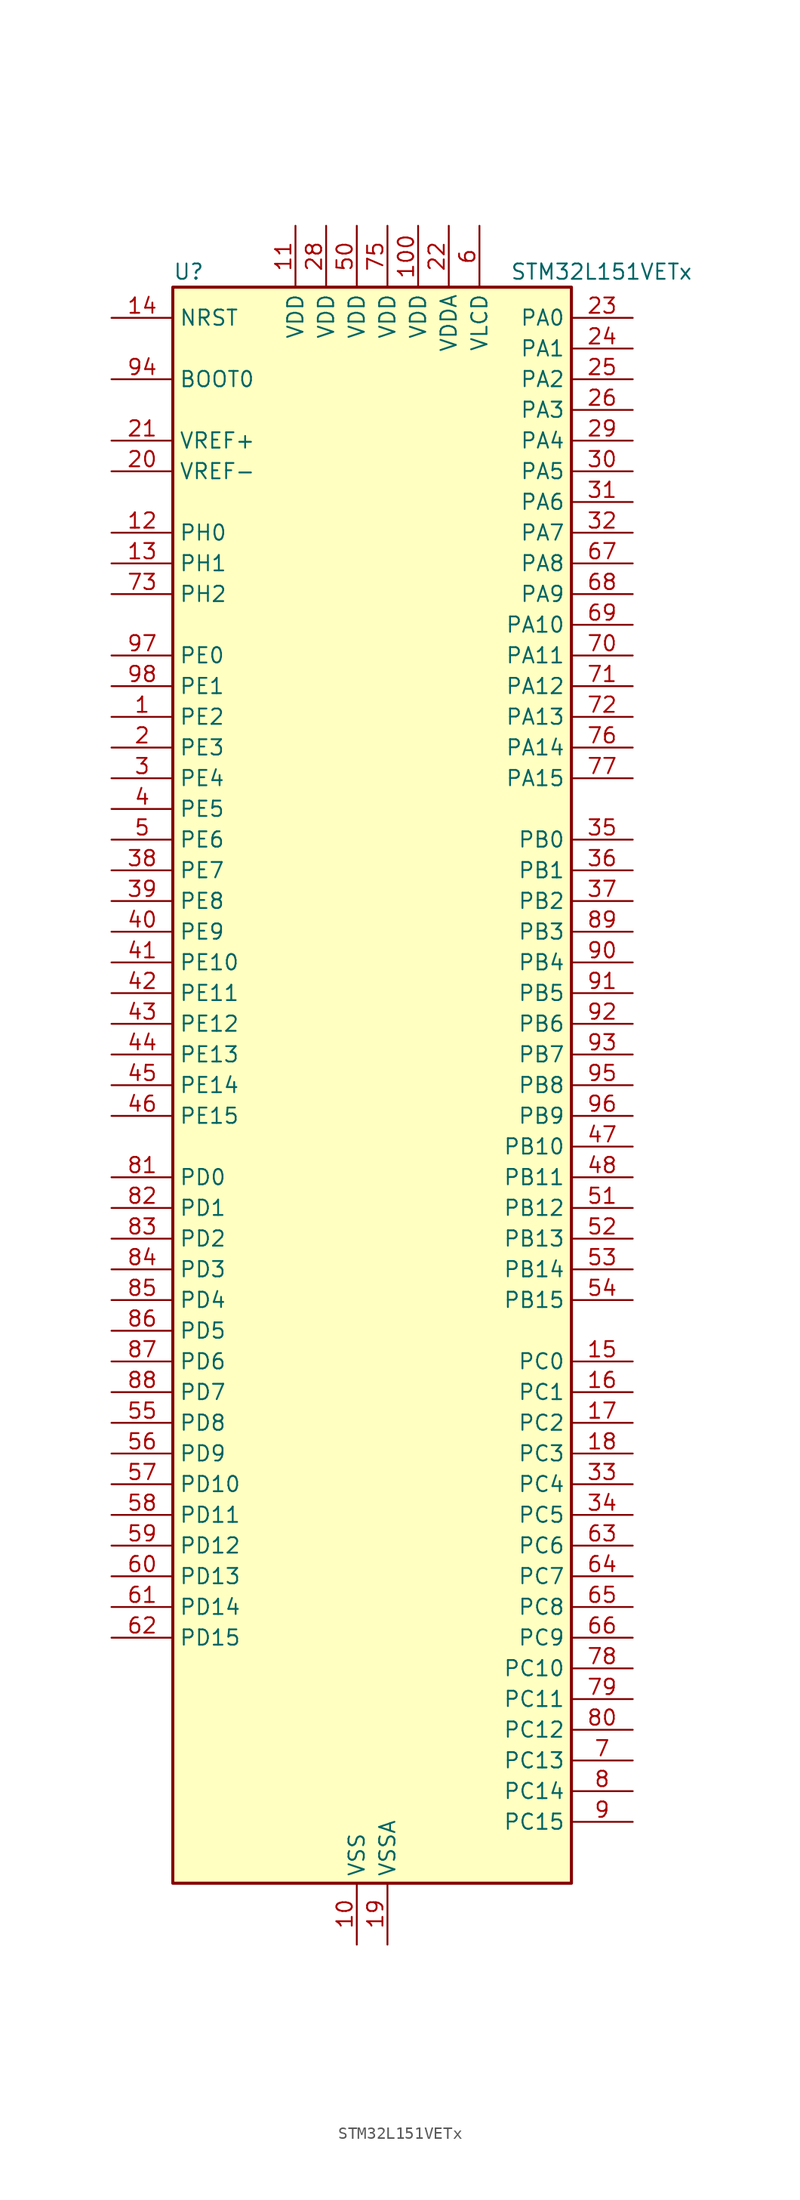
<source format=kicad_sym>
(kicad_symbol_lib
  (version 20220914)
  (generator kicad_symbol_editor)
  (symbol "STM32L151VETx"
    (property "Reference" "U"
      (at -15.24 67.31 0)
      (effects (font (size 1.27 1.27)) (justify left)))
    (property "Value" "STM32L151VETx"
      (at 12.7 67.31 0)
      (effects (font (size 1.27 1.27)) (justify left)))
    (property "ki_locked" ""
      (at 0 0 0)
      (effects (font (size 1.27 1.27))))
    (symbol "STM32L151VETx_0_1"
      (rectangle (start -15.24 -66.04) (end 17.78 66.04) (stroke (width 0.254) (type default)) (fill (type background))))
    (symbol "STM32L151VETx_1_1"
      (pin bidirectional line (at -20.32 30.48 0) (length 5.08) (name "PE2" (effects (font (size 1.27 1.27)))) (number "1" (effects (font (size 1.27 1.27)))) (alternate "SYS_TRACECK" bidirectional line) (alternate "TIM3_ETR" bidirectional line) (alternate "TIMX_IC3" bidirectional line))
      (pin power_in line (at 0 -71.12 90) (length 5.08) (name "VSS" (effects (font (size 1.27 1.27)))) (number "10" (effects (font (size 1.27 1.27)))))
      (pin power_in line (at 5.08 71.12 270) (length 5.08) (name "VDD" (effects (font (size 1.27 1.27)))) (number "100" (effects (font (size 1.27 1.27)))))
      (pin power_in line (at -5.08 71.12 270) (length 5.08) (name "VDD" (effects (font (size 1.27 1.27)))) (number "11" (effects (font (size 1.27 1.27)))))
      (pin bidirectional line (at -20.32 45.72 0) (length 5.08) (name "PH0" (effects (font (size 1.27 1.27)))) (number "12" (effects (font (size 1.27 1.27)))) (alternate "RCC_OSC_IN" bidirectional line))
      (pin bidirectional line (at -20.32 43.18 0) (length 5.08) (name "PH1" (effects (font (size 1.27 1.27)))) (number "13" (effects (font (size 1.27 1.27)))) (alternate "RCC_OSC_OUT" bidirectional line))
      (pin input line (at -20.32 63.5 0) (length 5.08) (name "NRST" (effects (font (size 1.27 1.27)))) (number "14" (effects (font (size 1.27 1.27)))))
      (pin bidirectional line (at 22.86 -22.86 180) (length 5.08) (name "PC0" (effects (font (size 1.27 1.27)))) (number "15" (effects (font (size 1.27 1.27)))) (alternate "ADC_IN10" bidirectional line) (alternate "COMP1_INP" bidirectional line) (alternate "TIMX_IC1" bidirectional line) (alternate "TS_G8_IO1" bidirectional line))
      (pin bidirectional line (at 22.86 -25.4 180) (length 5.08) (name "PC1" (effects (font (size 1.27 1.27)))) (number "16" (effects (font (size 1.27 1.27)))) (alternate "ADC_IN11" bidirectional line) (alternate "COMP1_INP" bidirectional line) (alternate "TIMX_IC2" bidirectional line) (alternate "TS_G8_IO2" bidirectional line))
      (pin bidirectional line (at 22.86 -27.94 180) (length 5.08) (name "PC2" (effects (font (size 1.27 1.27)))) (number "17" (effects (font (size 1.27 1.27)))) (alternate "ADC_IN12" bidirectional line) (alternate "COMP1_INP" bidirectional line) (alternate "TIMX_IC3" bidirectional line) (alternate "TS_G8_IO3" bidirectional line))
      (pin bidirectional line (at 22.86 -30.48 180) (length 5.08) (name "PC3" (effects (font (size 1.27 1.27)))) (number "18" (effects (font (size 1.27 1.27)))) (alternate "ADC_IN13" bidirectional line) (alternate "COMP1_INP" bidirectional line) (alternate "TIMX_IC4" bidirectional line) (alternate "TS_G8_IO4" bidirectional line))
      (pin power_in line (at 2.54 -71.12 90) (length 5.08) (name "VSSA" (effects (font (size 1.27 1.27)))) (number "19" (effects (font (size 1.27 1.27)))))
      (pin bidirectional line (at -20.32 27.94 0) (length 5.08) (name "PE3" (effects (font (size 1.27 1.27)))) (number "2" (effects (font (size 1.27 1.27)))) (alternate "SYS_TRACED0" bidirectional line) (alternate "TIM3_CH1" bidirectional line) (alternate "TIMX_IC4" bidirectional line))
      (pin input line (at -20.32 50.8 0) (length 5.08) (name "VREF-" (effects (font (size 1.27 1.27)))) (number "20" (effects (font (size 1.27 1.27)))))
      (pin input line (at -20.32 53.34 0) (length 5.08) (name "VREF+" (effects (font (size 1.27 1.27)))) (number "21" (effects (font (size 1.27 1.27)))))
      (pin power_in line (at 7.62 71.12 270) (length 5.08) (name "VDDA" (effects (font (size 1.27 1.27)))) (number "22" (effects (font (size 1.27 1.27)))))
      (pin bidirectional line (at 22.86 63.5 180) (length 5.08) (name "PA0" (effects (font (size 1.27 1.27)))) (number "23" (effects (font (size 1.27 1.27)))) (alternate "ADC_IN0" bidirectional line) (alternate "COMP1_INP" bidirectional line) (alternate "RTC_TAMP2" bidirectional line) (alternate "SYS_WKUP1" bidirectional line) (alternate "TIM2_CH1" bidirectional line) (alternate "TIM2_ETR" bidirectional line) (alternate "TIM5_CH1" bidirectional line) (alternate "TIMX_IC1" bidirectional line) (alternate "TS_G1_IO1" bidirectional line) (alternate "USART2_CTS" bidirectional line))
      (pin bidirectional line (at 22.86 60.96 180) (length 5.08) (name "PA1" (effects (font (size 1.27 1.27)))) (number "24" (effects (font (size 1.27 1.27)))) (alternate "ADC_IN1" bidirectional line) (alternate "COMP1_INP" bidirectional line) (alternate "OPAMP1_VINP" bidirectional line) (alternate "TIM2_CH2" bidirectional line) (alternate "TIM5_CH2" bidirectional line) (alternate "TIMX_IC2" bidirectional line) (alternate "TS_G1_IO2" bidirectional line) (alternate "USART2_RTS" bidirectional line))
      (pin bidirectional line (at 22.86 58.42 180) (length 5.08) (name "PA2" (effects (font (size 1.27 1.27)))) (number "25" (effects (font (size 1.27 1.27)))) (alternate "ADC_IN2" bidirectional line) (alternate "COMP1_INP" bidirectional line) (alternate "OPAMP1_VINM" bidirectional line) (alternate "TIM2_CH3" bidirectional line) (alternate "TIM5_CH3" bidirectional line) (alternate "TIM9_CH1" bidirectional line) (alternate "TIMX_IC3" bidirectional line) (alternate "TS_G1_IO3" bidirectional line) (alternate "USART2_TX" bidirectional line))
      (pin bidirectional line (at 22.86 55.88 180) (length 5.08) (name "PA3" (effects (font (size 1.27 1.27)))) (number "26" (effects (font (size 1.27 1.27)))) (alternate "ADC_IN3" bidirectional line) (alternate "COMP1_INP" bidirectional line) (alternate "OPAMP1_VOUT" bidirectional line) (alternate "TIM2_CH4" bidirectional line) (alternate "TIM5_CH4" bidirectional line) (alternate "TIM9_CH2" bidirectional line) (alternate "TIMX_IC4" bidirectional line) (alternate "TS_G1_IO4" bidirectional line) (alternate "USART2_RX" bidirectional line))
      (pin passive line (at 0 -71.12 90) (length 5.08) hide (name "VSS" (effects (font (size 1.27 1.27)))) (number "27" (effects (font (size 1.27 1.27)))))
      (pin power_in line (at -2.54 71.12 270) (length 5.08) (name "VDD" (effects (font (size 1.27 1.27)))) (number "28" (effects (font (size 1.27 1.27)))))
      (pin bidirectional line (at 22.86 53.34 180) (length 5.08) (name "PA4" (effects (font (size 1.27 1.27)))) (number "29" (effects (font (size 1.27 1.27)))) (alternate "ADC_IN4" bidirectional line) (alternate "COMP1_INP" bidirectional line) (alternate "DAC_OUT1" bidirectional line) (alternate "I2S3_WS" bidirectional line) (alternate "SPI1_NSS" bidirectional line) (alternate "SPI3_NSS" bidirectional line) (alternate "TIMX_IC1" bidirectional line) (alternate "USART2_CK" bidirectional line))
      (pin bidirectional line (at -20.32 25.4 0) (length 5.08) (name "PE4" (effects (font (size 1.27 1.27)))) (number "3" (effects (font (size 1.27 1.27)))) (alternate "SYS_TRACED1" bidirectional line) (alternate "TIM3_CH2" bidirectional line) (alternate "TIMX_IC1" bidirectional line))
      (pin bidirectional line (at 22.86 50.8 180) (length 5.08) (name "PA5" (effects (font (size 1.27 1.27)))) (number "30" (effects (font (size 1.27 1.27)))) (alternate "ADC_IN5" bidirectional line) (alternate "COMP1_INP" bidirectional line) (alternate "DAC_OUT2" bidirectional line) (alternate "SPI1_SCK" bidirectional line) (alternate "TIM2_CH1" bidirectional line) (alternate "TIM2_ETR" bidirectional line) (alternate "TIMX_IC2" bidirectional line))
      (pin bidirectional line (at 22.86 48.26 180) (length 5.08) (name "PA6" (effects (font (size 1.27 1.27)))) (number "31" (effects (font (size 1.27 1.27)))) (alternate "ADC_IN6" bidirectional line) (alternate "COMP1_INP" bidirectional line) (alternate "OPAMP2_VINP" bidirectional line) (alternate "SPI1_MISO" bidirectional line) (alternate "TIM10_CH1" bidirectional line) (alternate "TIM3_CH1" bidirectional line) (alternate "TIMX_IC3" bidirectional line) (alternate "TS_G2_IO1" bidirectional line))
      (pin bidirectional line (at 22.86 45.72 180) (length 5.08) (name "PA7" (effects (font (size 1.27 1.27)))) (number "32" (effects (font (size 1.27 1.27)))) (alternate "ADC_IN7" bidirectional line) (alternate "COMP1_INP" bidirectional line) (alternate "OPAMP2_VINM" bidirectional line) (alternate "SPI1_MOSI" bidirectional line) (alternate "TIM11_CH1" bidirectional line) (alternate "TIM3_CH2" bidirectional line) (alternate "TIMX_IC4" bidirectional line) (alternate "TS_G2_IO2" bidirectional line))
      (pin bidirectional line (at 22.86 -33.02 180) (length 5.08) (name "PC4" (effects (font (size 1.27 1.27)))) (number "33" (effects (font (size 1.27 1.27)))) (alternate "ADC_IN14" bidirectional line) (alternate "COMP1_INP" bidirectional line) (alternate "TIMX_IC1" bidirectional line) (alternate "TS_G9_IO1" bidirectional line))
      (pin bidirectional line (at 22.86 -35.56 180) (length 5.08) (name "PC5" (effects (font (size 1.27 1.27)))) (number "34" (effects (font (size 1.27 1.27)))) (alternate "ADC_IN15" bidirectional line) (alternate "COMP1_INP" bidirectional line) (alternate "TIMX_IC2" bidirectional line) (alternate "TS_G9_IO2" bidirectional line))
      (pin bidirectional line (at 22.86 20.32 180) (length 5.08) (name "PB0" (effects (font (size 1.27 1.27)))) (number "35" (effects (font (size 1.27 1.27)))) (alternate "ADC_IN8" bidirectional line) (alternate "COMP1_INP" bidirectional line) (alternate "OPAMP2_VOUT" bidirectional line) (alternate "SYS_V_REF_OUT" bidirectional line) (alternate "TIM3_CH3" bidirectional line) (alternate "TS_G3_IO1" bidirectional line))
      (pin bidirectional line (at 22.86 17.78 180) (length 5.08) (name "PB1" (effects (font (size 1.27 1.27)))) (number "36" (effects (font (size 1.27 1.27)))) (alternate "ADC_IN9" bidirectional line) (alternate "COMP1_INP" bidirectional line) (alternate "SYS_V_REF_OUT" bidirectional line) (alternate "TIM3_CH4" bidirectional line) (alternate "TS_G3_IO2" bidirectional line))
      (pin bidirectional line (at 22.86 15.24 180) (length 5.08) (name "PB2" (effects (font (size 1.27 1.27)))) (number "37" (effects (font (size 1.27 1.27)))) (alternate "ADC_IN0b" bidirectional line) (alternate "TS_G3_IO3" bidirectional line))
      (pin bidirectional line (at -20.32 17.78 0) (length 5.08) (name "PE7" (effects (font (size 1.27 1.27)))) (number "38" (effects (font (size 1.27 1.27)))) (alternate "ADC_IN22" bidirectional line) (alternate "COMP1_INP" bidirectional line) (alternate "TIMX_IC4" bidirectional line))
      (pin bidirectional line (at -20.32 15.24 0) (length 5.08) (name "PE8" (effects (font (size 1.27 1.27)))) (number "39" (effects (font (size 1.27 1.27)))) (alternate "ADC_IN23" bidirectional line) (alternate "COMP1_INP" bidirectional line) (alternate "TIMX_IC1" bidirectional line))
      (pin bidirectional line (at -20.32 22.86 0) (length 5.08) (name "PE5" (effects (font (size 1.27 1.27)))) (number "4" (effects (font (size 1.27 1.27)))) (alternate "SYS_TRACED2" bidirectional line) (alternate "TIM9_CH1" bidirectional line) (alternate "TIMX_IC2" bidirectional line))
      (pin bidirectional line (at -20.32 12.7 0) (length 5.08) (name "PE9" (effects (font (size 1.27 1.27)))) (number "40" (effects (font (size 1.27 1.27)))) (alternate "ADC_IN24" bidirectional line) (alternate "COMP1_INP" bidirectional line) (alternate "DAC_EXTI9" bidirectional line) (alternate "TIM2_CH1" bidirectional line) (alternate "TIM2_ETR" bidirectional line) (alternate "TIMX_IC2" bidirectional line))
      (pin bidirectional line (at -20.32 10.16 0) (length 5.08) (name "PE10" (effects (font (size 1.27 1.27)))) (number "41" (effects (font (size 1.27 1.27)))) (alternate "ADC_IN25" bidirectional line) (alternate "COMP1_INP" bidirectional line) (alternate "TIM2_CH2" bidirectional line) (alternate "TIMX_IC3" bidirectional line))
      (pin bidirectional line (at -20.32 7.62 0) (length 5.08) (name "PE11" (effects (font (size 1.27 1.27)))) (number "42" (effects (font (size 1.27 1.27)))) (alternate "ADC_EXTI11" bidirectional line) (alternate "TIM2_CH3" bidirectional line) (alternate "TIMX_IC4" bidirectional line))
      (pin bidirectional line (at -20.32 5.08 0) (length 5.08) (name "PE12" (effects (font (size 1.27 1.27)))) (number "43" (effects (font (size 1.27 1.27)))) (alternate "SPI1_NSS" bidirectional line) (alternate "TIM2_CH4" bidirectional line) (alternate "TIMX_IC1" bidirectional line))
      (pin bidirectional line (at -20.32 2.54 0) (length 5.08) (name "PE13" (effects (font (size 1.27 1.27)))) (number "44" (effects (font (size 1.27 1.27)))) (alternate "SPI1_SCK" bidirectional line) (alternate "TIMX_IC2" bidirectional line))
      (pin bidirectional line (at -20.32 0 0) (length 5.08) (name "PE14" (effects (font (size 1.27 1.27)))) (number "45" (effects (font (size 1.27 1.27)))) (alternate "SPI1_MISO" bidirectional line) (alternate "TIMX_IC3" bidirectional line))
      (pin bidirectional line (at -20.32 -2.54 0) (length 5.08) (name "PE15" (effects (font (size 1.27 1.27)))) (number "46" (effects (font (size 1.27 1.27)))) (alternate "ADC_EXTI15" bidirectional line) (alternate "SPI1_MOSI" bidirectional line) (alternate "TIMX_IC4" bidirectional line))
      (pin bidirectional line (at 22.86 -5.08 180) (length 5.08) (name "PB10" (effects (font (size 1.27 1.27)))) (number "47" (effects (font (size 1.27 1.27)))) (alternate "I2C2_SCL" bidirectional line) (alternate "TIM2_CH3" bidirectional line) (alternate "USART3_TX" bidirectional line))
      (pin bidirectional line (at 22.86 -7.62 180) (length 5.08) (name "PB11" (effects (font (size 1.27 1.27)))) (number "48" (effects (font (size 1.27 1.27)))) (alternate "ADC_EXTI11" bidirectional line) (alternate "I2C2_SDA" bidirectional line) (alternate "TIM2_CH4" bidirectional line) (alternate "USART3_RX" bidirectional line))
      (pin passive line (at 0 -71.12 90) (length 5.08) hide (name "VSS" (effects (font (size 1.27 1.27)))) (number "49" (effects (font (size 1.27 1.27)))))
      (pin bidirectional line (at -20.32 20.32 0) (length 5.08) (name "PE6" (effects (font (size 1.27 1.27)))) (number "5" (effects (font (size 1.27 1.27)))) (alternate "RTC_TAMP3" bidirectional line) (alternate "SYS_TRACED3" bidirectional line) (alternate "SYS_WKUP3" bidirectional line) (alternate "TIM9_CH2" bidirectional line) (alternate "TIMX_IC3" bidirectional line))
      (pin power_in line (at 0 71.12 270) (length 5.08) (name "VDD" (effects (font (size 1.27 1.27)))) (number "50" (effects (font (size 1.27 1.27)))))
      (pin bidirectional line (at 22.86 -10.16 180) (length 5.08) (name "PB12" (effects (font (size 1.27 1.27)))) (number "51" (effects (font (size 1.27 1.27)))) (alternate "ADC_IN18" bidirectional line) (alternate "COMP1_INP" bidirectional line) (alternate "I2C2_SMBA" bidirectional line) (alternate "I2S2_WS" bidirectional line) (alternate "SPI2_NSS" bidirectional line) (alternate "TIM10_CH1" bidirectional line) (alternate "TS_G7_IO1" bidirectional line) (alternate "USART3_CK" bidirectional line))
      (pin bidirectional line (at 22.86 -12.7 180) (length 5.08) (name "PB13" (effects (font (size 1.27 1.27)))) (number "52" (effects (font (size 1.27 1.27)))) (alternate "ADC_IN19" bidirectional line) (alternate "COMP1_INP" bidirectional line) (alternate "I2S2_CK" bidirectional line) (alternate "SPI2_SCK" bidirectional line) (alternate "TIM9_CH1" bidirectional line) (alternate "TS_G7_IO2" bidirectional line) (alternate "USART3_CTS" bidirectional line))
      (pin bidirectional line (at 22.86 -15.24 180) (length 5.08) (name "PB14" (effects (font (size 1.27 1.27)))) (number "53" (effects (font (size 1.27 1.27)))) (alternate "ADC_IN20" bidirectional line) (alternate "COMP1_INP" bidirectional line) (alternate "SPI2_MISO" bidirectional line) (alternate "TIM9_CH2" bidirectional line) (alternate "TS_G7_IO3" bidirectional line) (alternate "USART3_RTS" bidirectional line))
      (pin bidirectional line (at 22.86 -17.78 180) (length 5.08) (name "PB15" (effects (font (size 1.27 1.27)))) (number "54" (effects (font (size 1.27 1.27)))) (alternate "ADC_EXTI15" bidirectional line) (alternate "ADC_IN21" bidirectional line) (alternate "COMP1_INP" bidirectional line) (alternate "I2S2_SD" bidirectional line) (alternate "RTC_REFIN" bidirectional line) (alternate "SPI2_MOSI" bidirectional line) (alternate "TIM11_CH1" bidirectional line) (alternate "TS_G7_IO4" bidirectional line))
      (pin bidirectional line (at -20.32 -27.94 0) (length 5.08) (name "PD8" (effects (font (size 1.27 1.27)))) (number "55" (effects (font (size 1.27 1.27)))) (alternate "TIMX_IC1" bidirectional line) (alternate "USART3_TX" bidirectional line))
      (pin bidirectional line (at -20.32 -30.48 0) (length 5.08) (name "PD9" (effects (font (size 1.27 1.27)))) (number "56" (effects (font (size 1.27 1.27)))) (alternate "DAC_EXTI9" bidirectional line) (alternate "TIMX_IC2" bidirectional line) (alternate "USART3_RX" bidirectional line))
      (pin bidirectional line (at -20.32 -33.02 0) (length 5.08) (name "PD10" (effects (font (size 1.27 1.27)))) (number "57" (effects (font (size 1.27 1.27)))) (alternate "TIMX_IC3" bidirectional line) (alternate "USART3_CK" bidirectional line))
      (pin bidirectional line (at -20.32 -35.56 0) (length 5.08) (name "PD11" (effects (font (size 1.27 1.27)))) (number "58" (effects (font (size 1.27 1.27)))) (alternate "ADC_EXTI11" bidirectional line) (alternate "TIMX_IC4" bidirectional line) (alternate "USART3_CTS" bidirectional line))
      (pin bidirectional line (at -20.32 -38.1 0) (length 5.08) (name "PD12" (effects (font (size 1.27 1.27)))) (number "59" (effects (font (size 1.27 1.27)))) (alternate "TIM4_CH1" bidirectional line) (alternate "TIMX_IC1" bidirectional line) (alternate "USART3_RTS" bidirectional line))
      (pin power_in line (at 10.16 71.12 270) (length 5.08) (name "VLCD" (effects (font (size 1.27 1.27)))) (number "6" (effects (font (size 1.27 1.27)))))
      (pin bidirectional line (at -20.32 -40.64 0) (length 5.08) (name "PD13" (effects (font (size 1.27 1.27)))) (number "60" (effects (font (size 1.27 1.27)))) (alternate "TIM4_CH2" bidirectional line) (alternate "TIMX_IC2" bidirectional line))
      (pin bidirectional line (at -20.32 -43.18 0) (length 5.08) (name "PD14" (effects (font (size 1.27 1.27)))) (number "61" (effects (font (size 1.27 1.27)))) (alternate "TIM4_CH3" bidirectional line) (alternate "TIMX_IC3" bidirectional line))
      (pin bidirectional line (at -20.32 -45.72 0) (length 5.08) (name "PD15" (effects (font (size 1.27 1.27)))) (number "62" (effects (font (size 1.27 1.27)))) (alternate "ADC_EXTI15" bidirectional line) (alternate "TIM4_CH4" bidirectional line) (alternate "TIMX_IC4" bidirectional line))
      (pin bidirectional line (at 22.86 -38.1 180) (length 5.08) (name "PC6" (effects (font (size 1.27 1.27)))) (number "63" (effects (font (size 1.27 1.27)))) (alternate "I2S2_MCK" bidirectional line) (alternate "TIM3_CH1" bidirectional line) (alternate "TIMX_IC3" bidirectional line) (alternate "TS_G10_IO1" bidirectional line))
      (pin bidirectional line (at 22.86 -40.64 180) (length 5.08) (name "PC7" (effects (font (size 1.27 1.27)))) (number "64" (effects (font (size 1.27 1.27)))) (alternate "I2S3_MCK" bidirectional line) (alternate "TIM3_CH2" bidirectional line) (alternate "TIMX_IC4" bidirectional line) (alternate "TS_G10_IO2" bidirectional line))
      (pin bidirectional line (at 22.86 -43.18 180) (length 5.08) (name "PC8" (effects (font (size 1.27 1.27)))) (number "65" (effects (font (size 1.27 1.27)))) (alternate "TIM3_CH3" bidirectional line) (alternate "TIMX_IC1" bidirectional line) (alternate "TS_G10_IO3" bidirectional line))
      (pin bidirectional line (at 22.86 -45.72 180) (length 5.08) (name "PC9" (effects (font (size 1.27 1.27)))) (number "66" (effects (font (size 1.27 1.27)))) (alternate "DAC_EXTI9" bidirectional line) (alternate "TIM3_CH4" bidirectional line) (alternate "TIMX_IC2" bidirectional line) (alternate "TS_G10_IO4" bidirectional line))
      (pin bidirectional line (at 22.86 43.18 180) (length 5.08) (name "PA8" (effects (font (size 1.27 1.27)))) (number "67" (effects (font (size 1.27 1.27)))) (alternate "RCC_MCO" bidirectional line) (alternate "TIMX_IC1" bidirectional line) (alternate "TS_G4_IO1" bidirectional line) (alternate "USART1_CK" bidirectional line))
      (pin bidirectional line (at 22.86 40.64 180) (length 5.08) (name "PA9" (effects (font (size 1.27 1.27)))) (number "68" (effects (font (size 1.27 1.27)))) (alternate "DAC_EXTI9" bidirectional line) (alternate "TIMX_IC2" bidirectional line) (alternate "TS_G4_IO2" bidirectional line) (alternate "USART1_TX" bidirectional line))
      (pin bidirectional line (at 22.86 38.1 180) (length 5.08) (name "PA10" (effects (font (size 1.27 1.27)))) (number "69" (effects (font (size 1.27 1.27)))) (alternate "TIMX_IC3" bidirectional line) (alternate "TS_G4_IO3" bidirectional line) (alternate "USART1_RX" bidirectional line))
      (pin bidirectional line (at 22.86 -55.88 180) (length 5.08) (name "PC13" (effects (font (size 1.27 1.27)))) (number "7" (effects (font (size 1.27 1.27)))) (alternate "RTC_OUT_ALARM" bidirectional line) (alternate "RTC_OUT_CALIB" bidirectional line) (alternate "RTC_TAMP1" bidirectional line) (alternate "RTC_TS" bidirectional line) (alternate "SYS_WKUP2" bidirectional line) (alternate "TIMX_IC2" bidirectional line))
      (pin bidirectional line (at 22.86 35.56 180) (length 5.08) (name "PA11" (effects (font (size 1.27 1.27)))) (number "70" (effects (font (size 1.27 1.27)))) (alternate "ADC_EXTI11" bidirectional line) (alternate "SPI1_MISO" bidirectional line) (alternate "TIMX_IC4" bidirectional line) (alternate "USART1_CTS" bidirectional line) (alternate "USB_DM" bidirectional line))
      (pin bidirectional line (at 22.86 33.02 180) (length 5.08) (name "PA12" (effects (font (size 1.27 1.27)))) (number "71" (effects (font (size 1.27 1.27)))) (alternate "SPI1_MOSI" bidirectional line) (alternate "TIMX_IC1" bidirectional line) (alternate "USART1_RTS" bidirectional line) (alternate "USB_DP" bidirectional line))
      (pin bidirectional line (at 22.86 30.48 180) (length 5.08) (name "PA13" (effects (font (size 1.27 1.27)))) (number "72" (effects (font (size 1.27 1.27)))) (alternate "SYS_JTMS-SWDIO" bidirectional line) (alternate "TIMX_IC2" bidirectional line) (alternate "TS_G5_IO1" bidirectional line))
      (pin bidirectional line (at -20.32 40.64 0) (length 5.08) (name "PH2" (effects (font (size 1.27 1.27)))) (number "73" (effects (font (size 1.27 1.27)))))
      (pin passive line (at 0 -71.12 90) (length 5.08) hide (name "VSS" (effects (font (size 1.27 1.27)))) (number "74" (effects (font (size 1.27 1.27)))))
      (pin power_in line (at 2.54 71.12 270) (length 5.08) (name "VDD" (effects (font (size 1.27 1.27)))) (number "75" (effects (font (size 1.27 1.27)))))
      (pin bidirectional line (at 22.86 27.94 180) (length 5.08) (name "PA14" (effects (font (size 1.27 1.27)))) (number "76" (effects (font (size 1.27 1.27)))) (alternate "SYS_JTCK-SWCLK" bidirectional line) (alternate "TIMX_IC3" bidirectional line) (alternate "TS_G5_IO2" bidirectional line))
      (pin bidirectional line (at 22.86 25.4 180) (length 5.08) (name "PA15" (effects (font (size 1.27 1.27)))) (number "77" (effects (font (size 1.27 1.27)))) (alternate "ADC_EXTI15" bidirectional line) (alternate "I2S3_WS" bidirectional line) (alternate "SPI1_NSS" bidirectional line) (alternate "SPI3_NSS" bidirectional line) (alternate "SYS_JTDI" bidirectional line) (alternate "TIM2_CH1" bidirectional line) (alternate "TIM2_ETR" bidirectional line) (alternate "TIMX_IC4" bidirectional line) (alternate "TS_G5_IO3" bidirectional line))
      (pin bidirectional line (at 22.86 -48.26 180) (length 5.08) (name "PC10" (effects (font (size 1.27 1.27)))) (number "78" (effects (font (size 1.27 1.27)))) (alternate "I2S3_CK" bidirectional line) (alternate "SPI3_SCK" bidirectional line) (alternate "TIMX_IC3" bidirectional line) (alternate "UART4_TX" bidirectional line) (alternate "USART3_TX" bidirectional line))
      (pin bidirectional line (at 22.86 -50.8 180) (length 5.08) (name "PC11" (effects (font (size 1.27 1.27)))) (number "79" (effects (font (size 1.27 1.27)))) (alternate "ADC_EXTI11" bidirectional line) (alternate "SPI3_MISO" bidirectional line) (alternate "TIMX_IC4" bidirectional line) (alternate "UART4_RX" bidirectional line) (alternate "USART3_RX" bidirectional line))
      (pin bidirectional line (at 22.86 -58.42 180) (length 5.08) (name "PC14" (effects (font (size 1.27 1.27)))) (number "8" (effects (font (size 1.27 1.27)))) (alternate "RCC_OSC32_IN" bidirectional line) (alternate "TIMX_IC3" bidirectional line))
      (pin bidirectional line (at 22.86 -53.34 180) (length 5.08) (name "PC12" (effects (font (size 1.27 1.27)))) (number "80" (effects (font (size 1.27 1.27)))) (alternate "I2S3_SD" bidirectional line) (alternate "SPI3_MOSI" bidirectional line) (alternate "TIMX_IC1" bidirectional line) (alternate "UART5_TX" bidirectional line) (alternate "USART3_CK" bidirectional line))
      (pin bidirectional line (at -20.32 -7.62 0) (length 5.08) (name "PD0" (effects (font (size 1.27 1.27)))) (number "81" (effects (font (size 1.27 1.27)))) (alternate "I2S2_WS" bidirectional line) (alternate "SPI2_NSS" bidirectional line) (alternate "TIM9_CH1" bidirectional line) (alternate "TIMX_IC1" bidirectional line))
      (pin bidirectional line (at -20.32 -10.16 0) (length 5.08) (name "PD1" (effects (font (size 1.27 1.27)))) (number "82" (effects (font (size 1.27 1.27)))) (alternate "I2S2_CK" bidirectional line) (alternate "SPI2_SCK" bidirectional line) (alternate "TIMX_IC2" bidirectional line))
      (pin bidirectional line (at -20.32 -12.7 0) (length 5.08) (name "PD2" (effects (font (size 1.27 1.27)))) (number "83" (effects (font (size 1.27 1.27)))) (alternate "TIM3_ETR" bidirectional line) (alternate "TIMX_IC3" bidirectional line) (alternate "UART5_RX" bidirectional line))
      (pin bidirectional line (at -20.32 -15.24 0) (length 5.08) (name "PD3" (effects (font (size 1.27 1.27)))) (number "84" (effects (font (size 1.27 1.27)))) (alternate "SPI2_MISO" bidirectional line) (alternate "TIMX_IC4" bidirectional line) (alternate "USART2_CTS" bidirectional line))
      (pin bidirectional line (at -20.32 -17.78 0) (length 5.08) (name "PD4" (effects (font (size 1.27 1.27)))) (number "85" (effects (font (size 1.27 1.27)))) (alternate "I2S2_SD" bidirectional line) (alternate "SPI2_MOSI" bidirectional line) (alternate "TIMX_IC1" bidirectional line) (alternate "USART2_RTS" bidirectional line))
      (pin bidirectional line (at -20.32 -20.32 0) (length 5.08) (name "PD5" (effects (font (size 1.27 1.27)))) (number "86" (effects (font (size 1.27 1.27)))) (alternate "TIMX_IC2" bidirectional line) (alternate "USART2_TX" bidirectional line))
      (pin bidirectional line (at -20.32 -22.86 0) (length 5.08) (name "PD6" (effects (font (size 1.27 1.27)))) (number "87" (effects (font (size 1.27 1.27)))) (alternate "TIMX_IC3" bidirectional line) (alternate "USART2_RX" bidirectional line))
      (pin bidirectional line (at -20.32 -25.4 0) (length 5.08) (name "PD7" (effects (font (size 1.27 1.27)))) (number "88" (effects (font (size 1.27 1.27)))) (alternate "TIM9_CH2" bidirectional line) (alternate "TIMX_IC4" bidirectional line) (alternate "USART2_CK" bidirectional line))
      (pin bidirectional line (at 22.86 12.7 180) (length 5.08) (name "PB3" (effects (font (size 1.27 1.27)))) (number "89" (effects (font (size 1.27 1.27)))) (alternate "COMP2_INM" bidirectional line) (alternate "I2S3_CK" bidirectional line) (alternate "SPI1_SCK" bidirectional line) (alternate "SPI3_SCK" bidirectional line) (alternate "SYS_JTDO-TRACESWO" bidirectional line) (alternate "TIM2_CH2" bidirectional line))
      (pin bidirectional line (at 22.86 -60.96 180) (length 5.08) (name "PC15" (effects (font (size 1.27 1.27)))) (number "9" (effects (font (size 1.27 1.27)))) (alternate "ADC_EXTI15" bidirectional line) (alternate "RCC_OSC32_OUT" bidirectional line) (alternate "TIMX_IC4" bidirectional line))
      (pin bidirectional line (at 22.86 10.16 180) (length 5.08) (name "PB4" (effects (font (size 1.27 1.27)))) (number "90" (effects (font (size 1.27 1.27)))) (alternate "COMP2_INP" bidirectional line) (alternate "SPI1_MISO" bidirectional line) (alternate "SPI3_MISO" bidirectional line) (alternate "SYS_JTRST" bidirectional line) (alternate "TIM3_CH1" bidirectional line) (alternate "TS_G6_IO1" bidirectional line))
      (pin bidirectional line (at 22.86 7.62 180) (length 5.08) (name "PB5" (effects (font (size 1.27 1.27)))) (number "91" (effects (font (size 1.27 1.27)))) (alternate "COMP2_INP" bidirectional line) (alternate "I2C1_SMBA" bidirectional line) (alternate "I2S3_SD" bidirectional line) (alternate "SPI1_MOSI" bidirectional line) (alternate "SPI3_MOSI" bidirectional line) (alternate "TIM3_CH2" bidirectional line) (alternate "TS_G6_IO2" bidirectional line))
      (pin bidirectional line (at 22.86 5.08 180) (length 5.08) (name "PB6" (effects (font (size 1.27 1.27)))) (number "92" (effects (font (size 1.27 1.27)))) (alternate "COMP2_INP" bidirectional line) (alternate "I2C1_SCL" bidirectional line) (alternate "TIM4_CH1" bidirectional line) (alternate "TS_G6_IO3" bidirectional line) (alternate "USART1_TX" bidirectional line))
      (pin bidirectional line (at 22.86 2.54 180) (length 5.08) (name "PB7" (effects (font (size 1.27 1.27)))) (number "93" (effects (font (size 1.27 1.27)))) (alternate "COMP2_INP" bidirectional line) (alternate "I2C1_SDA" bidirectional line) (alternate "SYS_PVD_IN" bidirectional line) (alternate "TIM4_CH2" bidirectional line) (alternate "TS_G6_IO4" bidirectional line) (alternate "USART1_RX" bidirectional line))
      (pin input line (at -20.32 58.42 0) (length 5.08) (name "BOOT0" (effects (font (size 1.27 1.27)))) (number "94" (effects (font (size 1.27 1.27)))))
      (pin bidirectional line (at 22.86 0 180) (length 5.08) (name "PB8" (effects (font (size 1.27 1.27)))) (number "95" (effects (font (size 1.27 1.27)))) (alternate "I2C1_SCL" bidirectional line) (alternate "TIM10_CH1" bidirectional line) (alternate "TIM4_CH3" bidirectional line))
      (pin bidirectional line (at 22.86 -2.54 180) (length 5.08) (name "PB9" (effects (font (size 1.27 1.27)))) (number "96" (effects (font (size 1.27 1.27)))) (alternate "DAC_EXTI9" bidirectional line) (alternate "I2C1_SDA" bidirectional line) (alternate "TIM11_CH1" bidirectional line) (alternate "TIM4_CH4" bidirectional line))
      (pin bidirectional line (at -20.32 35.56 0) (length 5.08) (name "PE0" (effects (font (size 1.27 1.27)))) (number "97" (effects (font (size 1.27 1.27)))) (alternate "TIM10_CH1" bidirectional line) (alternate "TIM4_ETR" bidirectional line) (alternate "TIMX_IC1" bidirectional line))
      (pin bidirectional line (at -20.32 33.02 0) (length 5.08) (name "PE1" (effects (font (size 1.27 1.27)))) (number "98" (effects (font (size 1.27 1.27)))) (alternate "TIM11_CH1" bidirectional line) (alternate "TIMX_IC2" bidirectional line))
      (pin passive line (at 0 -71.12 90) (length 5.08) hide (name "VSS" (effects (font (size 1.27 1.27)))) (number "99" (effects (font (size 1.27 1.27))))))))
</source>
